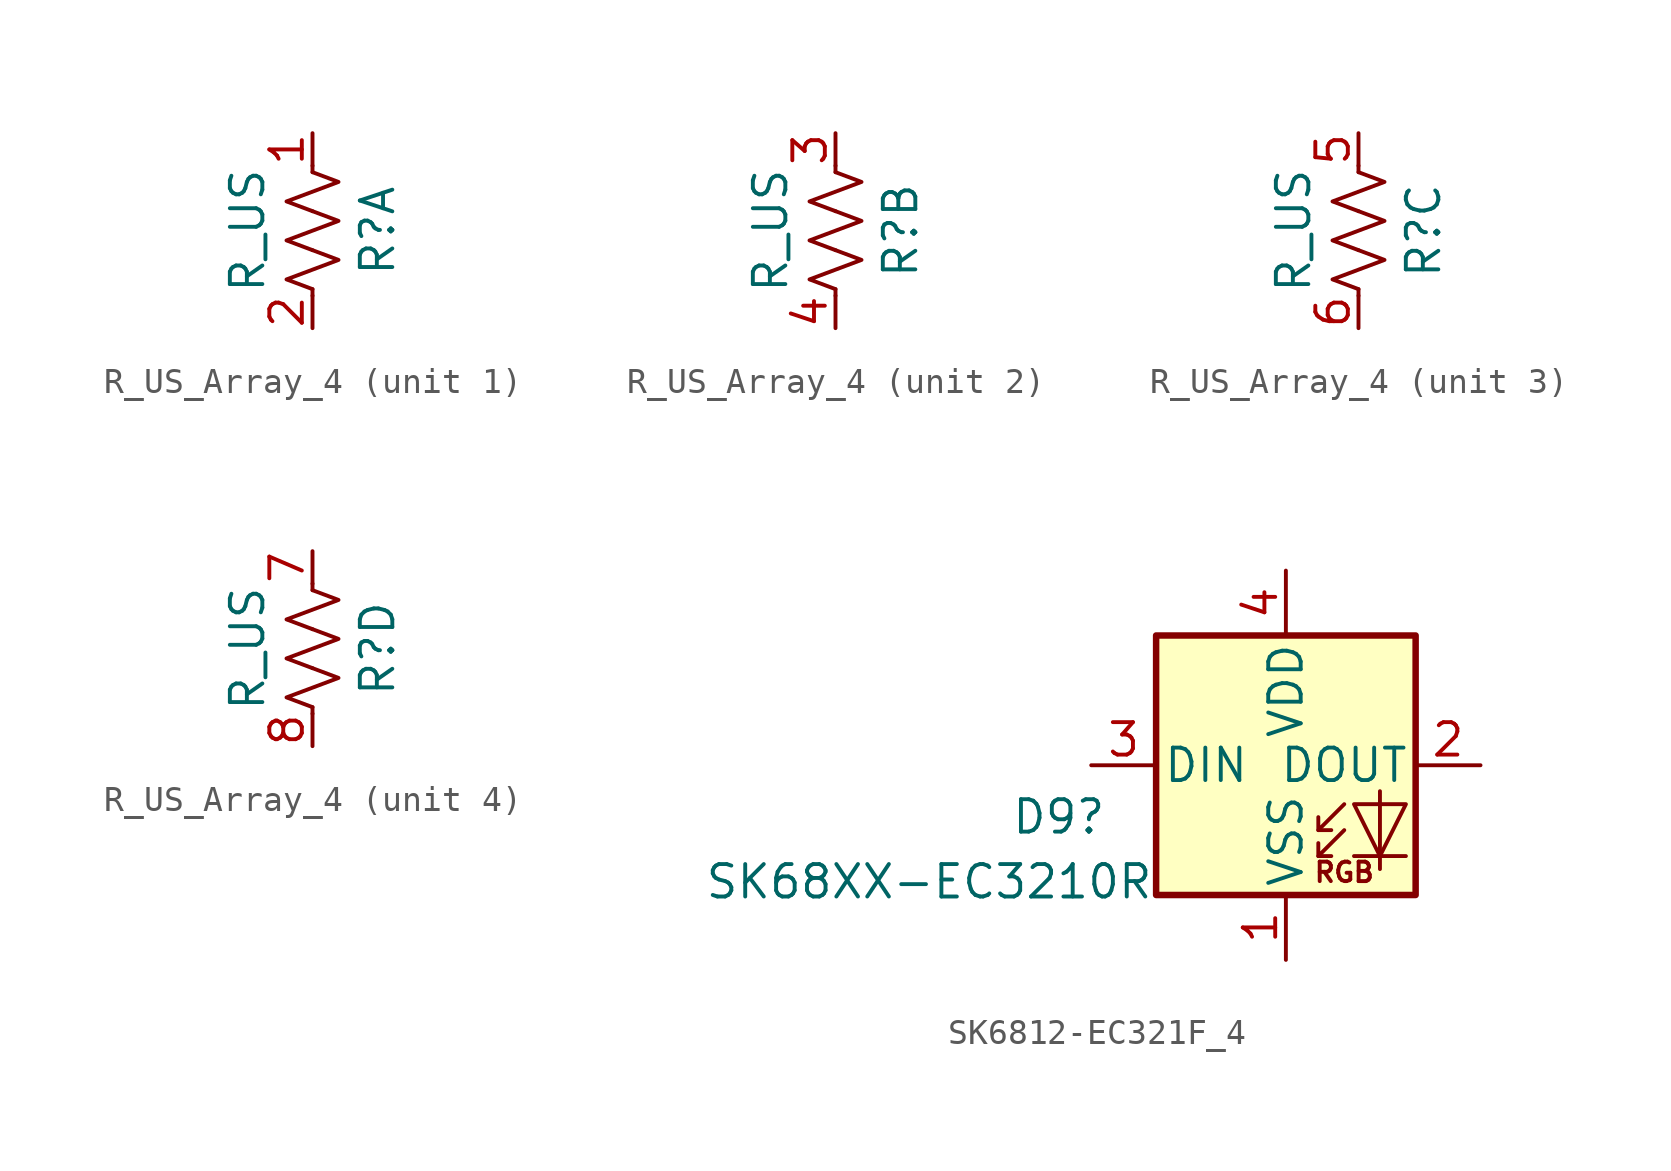
<source format=kicad_sym>
(kicad_symbol_lib
  (version 20220914)
  (generator kicad_symbol_editor)
  (symbol "R_US_Array_4"
    (property "Reference" "R"
      (at 2.54 0 90)
      (effects (font (size 1.27 1.27))))
    (property "Value" "R_US"
      (at -2.54 0 90)
      (effects (font (size 1.27 1.27))))
    (symbol "R_US_Array_4_0_1"
      (polyline (pts (xy 0 -2.286) (xy 0 -2.54)) (stroke (width 0) (type default)) (fill (type none)))
      (polyline (pts (xy 0 2.286) (xy 0 2.54)) (stroke (width 0) (type default)) (fill (type none)))
      (polyline (pts (xy 0 -0.762) (xy 1.016 -1.143) (xy 0 -1.524) (xy -1.016 -1.905) (xy 0 -2.286)) (stroke (width 0) (type default)) (fill (type none)))
      (polyline (pts (xy 0 0.762) (xy 1.016 0.381) (xy 0 0) (xy -1.016 -0.381) (xy 0 -0.762)) (stroke (width 0) (type default)) (fill (type none)))
      (polyline (pts (xy 0 2.286) (xy 1.016 1.905) (xy 0 1.524) (xy -1.016 1.143) (xy 0 0.762)) (stroke (width 0) (type default)) (fill (type none))))
    (symbol "R_US_Array_4_1_1"
      (pin passive line (at 0 3.81 270) (length 1.27) (name "~" (effects (font (size 1.27 1.27)))) (number "1" (effects (font (size 1.27 1.27)))))
      (pin passive line (at 0 -3.81 90) (length 1.27) (name "~" (effects (font (size 1.27 1.27)))) (number "2" (effects (font (size 1.27 1.27))))))
    (symbol "R_US_Array_4_2_1"
      (pin passive line (at 0 3.81 270) (length 1.27) (name "~" (effects (font (size 1.27 1.27)))) (number "3" (effects (font (size 1.27 1.27)))))
      (pin passive line (at 0 -3.81 90) (length 1.27) (name "~" (effects (font (size 1.27 1.27)))) (number "4" (effects (font (size 1.27 1.27))))))
    (symbol "R_US_Array_4_3_1"
      (pin passive line (at 0 3.81 270) (length 1.27) (name "~" (effects (font (size 1.27 1.27)))) (number "5" (effects (font (size 1.27 1.27)))))
      (pin passive line (at 0 -3.81 90) (length 1.27) (name "~" (effects (font (size 1.27 1.27)))) (number "6" (effects (font (size 1.27 1.27))))))
    (symbol "R_US_Array_4_4_1"
      (pin passive line (at 0 3.81 270) (length 1.27) (name "~" (effects (font (size 1.27 1.27)))) (number "7" (effects (font (size 1.27 1.27)))))
      (pin passive line (at 0 -3.81 90) (length 1.27) (name "~" (effects (font (size 1.27 1.27)))) (number "8" (effects (font (size 1.27 1.27)))))))
  (symbol "SK6812-EC321F_4"
    (pin_names
      (offset 0.254))
    (property "Reference" "D9"
      (at -8.89 -2.019 0)
      (effects (font (size 1.27 1.27))))
    (property "Value" "SK68XX-EC3210R"
      (at -13.97 -4.559 0)
      (effects (font (size 1.27 1.27))))
    (symbol "SK6812-EC321F_4_0_0"
      (text "RGB" (at 2.286 -4.191 0) (effects (font (size 0.762 0.762)))))
    (symbol "SK6812-EC321F_4_0_1"
      (polyline (pts (xy 1.27 -3.556) (xy 1.778 -3.556)) (stroke (width 0) (type default)) (fill (type none)))
      (polyline (pts (xy 1.27 -2.54) (xy 1.778 -2.54)) (stroke (width 0) (type default)) (fill (type none)))
      (polyline (pts (xy 4.699 -3.556) (xy 2.667 -3.556)) (stroke (width 0) (type default)) (fill (type none)))
      (polyline (pts (xy 2.286 -2.54) (xy 1.27 -3.556) (xy 1.27 -3.048)) (stroke (width 0) (type default)) (fill (type none)))
      (polyline (pts (xy 2.286 -1.524) (xy 1.27 -2.54) (xy 1.27 -2.032)) (stroke (width 0) (type default)) (fill (type none)))
      (polyline (pts (xy 3.683 -1.016) (xy 3.683 -3.556) (xy 3.683 -4.064)) (stroke (width 0) (type default)) (fill (type none)))
      (polyline (pts (xy 4.699 -1.524) (xy 2.667 -1.524) (xy 3.683 -3.556) (xy 4.699 -1.524)) (stroke (width 0) (type default)) (fill (type none)))
      (rectangle (start 5.08 5.08) (end -5.08 -5.08) (stroke (width 0.254) (type default)) (fill (type background))))
    (symbol "SK6812-EC321F_4_1_1"
      (pin power_in line (at 0 -7.62 90) (length 2.54) (name "VSS" (effects (font (size 1.27 1.27)))) (number "1" (effects (font (size 1.27 1.27)))))
      (pin output line (at 7.62 0 180) (length 2.54) (name "DOUT" (effects (font (size 1.27 1.27)))) (number "2" (effects (font (size 1.27 1.27)))))
      (pin input line (at -7.62 0 0) (length 2.54) (name "DIN" (effects (font (size 1.27 1.27)))) (number "3" (effects (font (size 1.27 1.27)))))
      (pin power_in line (at 0 7.62 270) (length 2.54) (name "VDD" (effects (font (size 1.27 1.27)))) (number "4" (effects (font (size 1.27 1.27))))))))
</source>
